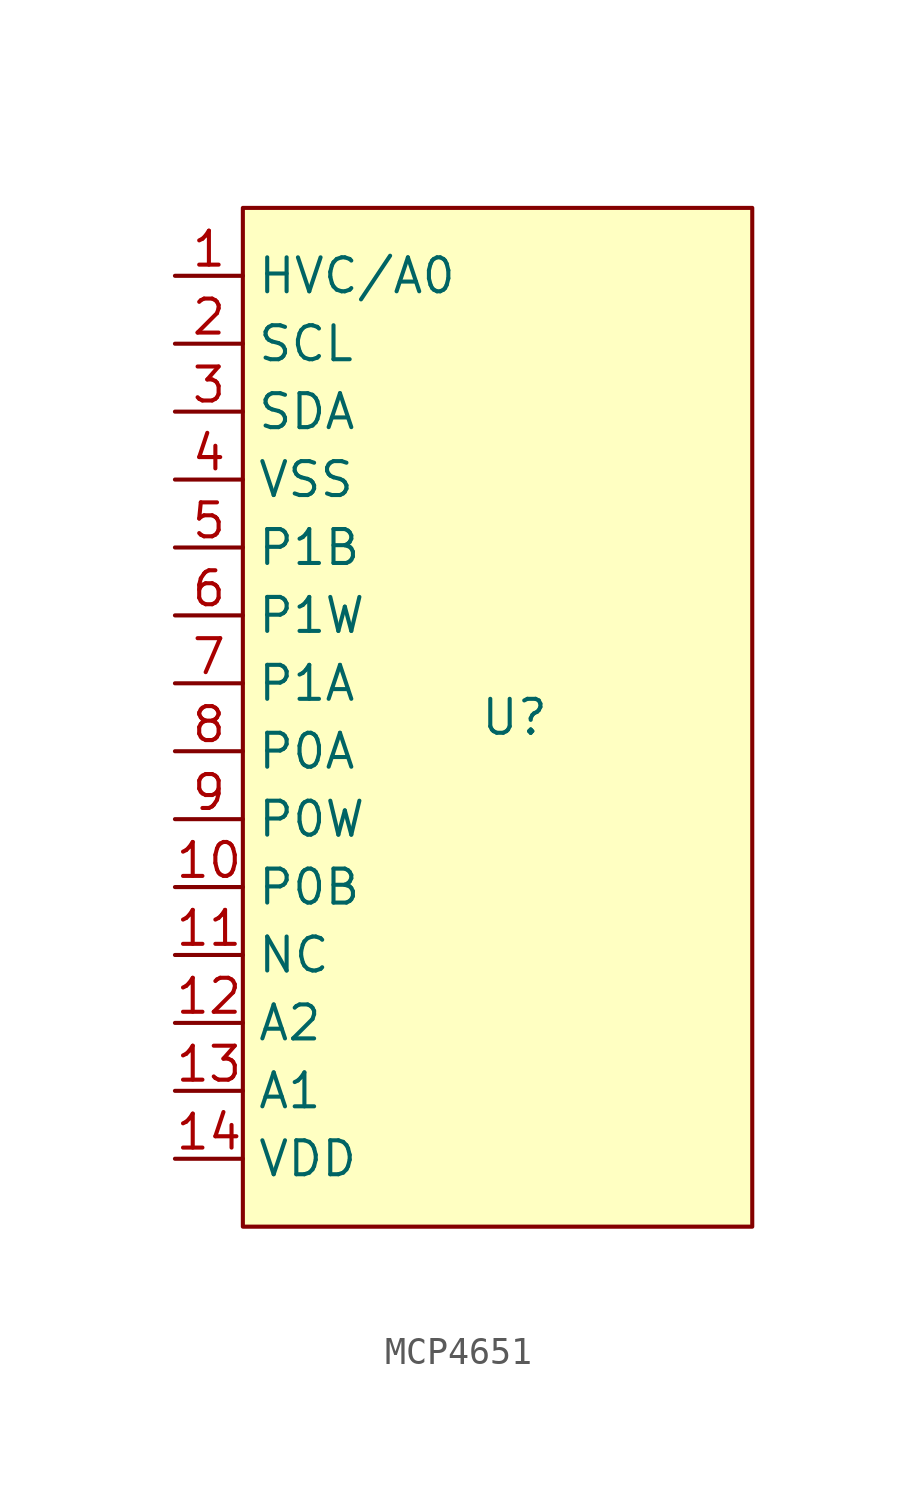
<source format=kicad_sym>
(kicad_symbol_lib
  (version 20220914)
  (generator kicad_symbol_editor)
  (symbol "MCP4651"
    (property "Reference" "U"
      (at 1.27 0 0)
      (effects (font (size 1.27 1.27))))
    (property "Value" ""
      (at 1.27 0 0)
      (effects (font (size 1.27 1.27))))
    (symbol "MCP4651_1_1"
      (rectangle (start -8.89 19.05) (end 10.16 -19.05) (stroke (width 0) (type default)) (fill (type background)))
      (pin input line (at -11.43 16.51 0) (length 2.54) (name "HVC/A0" (effects (font (size 1.27 1.27)))) (number "1" (effects (font (size 1.27 1.27)))))
      (pin input line (at -11.43 -6.35 0) (length 2.54) (name "P0B" (effects (font (size 1.27 1.27)))) (number "10" (effects (font (size 1.27 1.27)))))
      (pin input line (at -11.43 -8.89 0) (length 2.54) (name "NC" (effects (font (size 1.27 1.27)))) (number "11" (effects (font (size 1.27 1.27)))))
      (pin input line (at -11.43 -11.43 0) (length 2.54) (name "A2" (effects (font (size 1.27 1.27)))) (number "12" (effects (font (size 1.27 1.27)))))
      (pin input line (at -11.43 -13.97 0) (length 2.54) (name "A1" (effects (font (size 1.27 1.27)))) (number "13" (effects (font (size 1.27 1.27)))))
      (pin input line (at -11.43 -16.51 0) (length 2.54) (name "VDD" (effects (font (size 1.27 1.27)))) (number "14" (effects (font (size 1.27 1.27)))))
      (pin input line (at -11.43 13.97 0) (length 2.54) (name "SCL" (effects (font (size 1.27 1.27)))) (number "2" (effects (font (size 1.27 1.27)))))
      (pin input line (at -11.43 11.43 0) (length 2.54) (name "SDA" (effects (font (size 1.27 1.27)))) (number "3" (effects (font (size 1.27 1.27)))))
      (pin input line (at -11.43 8.89 0) (length 2.54) (name "VSS" (effects (font (size 1.27 1.27)))) (number "4" (effects (font (size 1.27 1.27)))))
      (pin input line (at -11.43 6.35 0) (length 2.54) (name "P1B" (effects (font (size 1.27 1.27)))) (number "5" (effects (font (size 1.27 1.27)))))
      (pin input line (at -11.43 3.81 0) (length 2.54) (name "P1W" (effects (font (size 1.27 1.27)))) (number "6" (effects (font (size 1.27 1.27)))))
      (pin input line (at -11.43 1.27 0) (length 2.54) (name "P1A" (effects (font (size 1.27 1.27)))) (number "7" (effects (font (size 1.27 1.27)))))
      (pin input line (at -11.43 -1.27 0) (length 2.54) (name "P0A" (effects (font (size 1.27 1.27)))) (number "8" (effects (font (size 1.27 1.27)))))
      (pin input line (at -11.43 -3.81 0) (length 2.54) (name "P0W" (effects (font (size 1.27 1.27)))) (number "9" (effects (font (size 1.27 1.27))))))))
</source>
